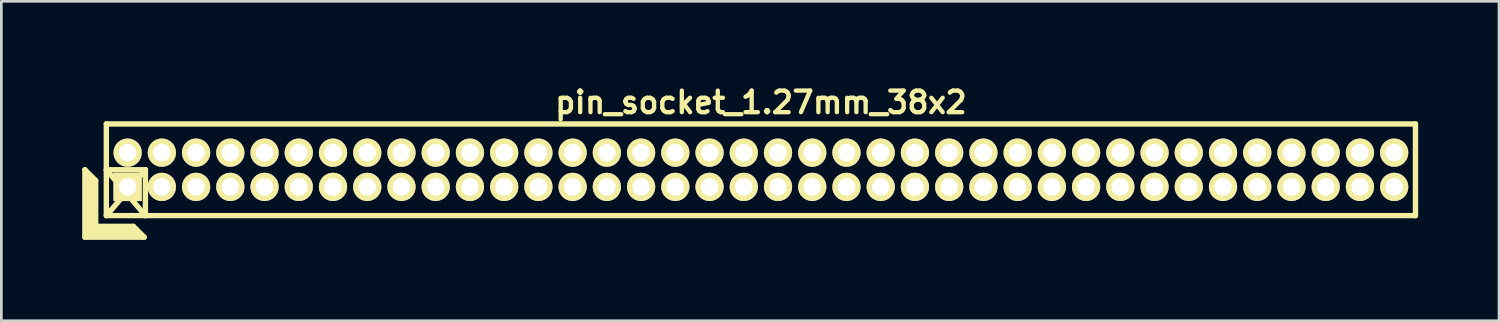
<source format=kicad_pcb>
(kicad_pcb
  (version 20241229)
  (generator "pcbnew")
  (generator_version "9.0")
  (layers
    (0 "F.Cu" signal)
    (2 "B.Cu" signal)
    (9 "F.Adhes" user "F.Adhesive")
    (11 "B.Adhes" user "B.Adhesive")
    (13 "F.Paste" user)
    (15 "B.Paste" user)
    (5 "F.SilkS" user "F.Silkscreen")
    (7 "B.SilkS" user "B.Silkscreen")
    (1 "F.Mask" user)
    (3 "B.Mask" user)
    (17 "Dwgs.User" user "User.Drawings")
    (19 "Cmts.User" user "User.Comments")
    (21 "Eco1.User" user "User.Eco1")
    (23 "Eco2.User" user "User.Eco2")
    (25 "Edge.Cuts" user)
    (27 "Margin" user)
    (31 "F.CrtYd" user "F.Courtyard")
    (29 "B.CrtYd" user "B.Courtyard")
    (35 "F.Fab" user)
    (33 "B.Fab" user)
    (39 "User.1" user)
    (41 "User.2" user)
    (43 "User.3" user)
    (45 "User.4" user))
  (footprint "pin_socket_1.27mm_38x2"
    (layer "F.Cu")
    (at 25.18 3.249)
    (property "Reference" "pin_socket_1.27mm_38x2" (at 0 -2.5 0) (layer "F.SilkS") (effects (font (size 0.8 0.8) (thickness 0.16))))
    (attr through_hole)
    (fp_line (start -25.08 0) (end -25.08 2.5) (stroke (width 0.2) (type solid)) (layer "F.SilkS"))
    (fp_line (start -25.08 0) (end -24.68 0.4) (stroke (width 0.2) (type solid)) (layer "F.SilkS"))
    (fp_line (start -25.08 2.5) (end -22.88 2.5) (stroke (width 0.2) (type solid)) (layer "F.SilkS"))
    (fp_line (start -24.98 2.4) (end -24.98 0.2) (stroke (width 0.2) (type solid)) (layer "F.SilkS"))
    (fp_line (start -24.98 2.4) (end -23.08 2.4) (stroke (width 0.2) (type solid)) (layer "F.SilkS"))
    (fp_line (start -24.88 2.3) (end -24.88 0.3) (stroke (width 0.2) (type solid)) (layer "F.SilkS"))
    (fp_line (start -24.88 2.3) (end -23.18 2.3) (stroke (width 0.2) (type solid)) (layer "F.SilkS"))
    (fp_line (start -24.78 2.2) (end -24.78 0.4) (stroke (width 0.2) (type solid)) (layer "F.SilkS"))
    (fp_line (start -24.78 2.2) (end -23.28 2.2) (stroke (width 0.2) (type solid)) (layer "F.SilkS"))
    (fp_line (start -24.68 2.1) (end -24.68 0.4) (stroke (width 0.2) (type solid)) (layer "F.SilkS"))
    (fp_line (start -24.68 2.1) (end -23.28 2.1) (stroke (width 0.2) (type solid)) (layer "F.SilkS"))
    (fp_line (start -24.285 -1.7) (end 24.285 -1.7) (stroke (width 0.2) (type solid)) (layer "F.SilkS"))
    (fp_line (start -24.285 0) (end -22.835 0) (stroke (width 0.2) (type solid)) (layer "F.SilkS"))
    (fp_line (start -24.285 0) (end -22.835 1.7) (stroke (width 0.2) (type solid)) (layer "F.SilkS"))
    (fp_line (start -24.285 1.7) (end -24.285 -1.7) (stroke (width 0.2) (type solid)) (layer "F.SilkS"))
    (fp_line (start -23.28 2.1) (end -22.88 2.5) (stroke (width 0.2) (type solid)) (layer "F.SilkS"))
    (fp_line (start -22.835 0) (end -24.28 1.7) (stroke (width 0.2) (type solid)) (layer "F.SilkS"))
    (fp_line (start -22.835 0) (end -22.835 1.7) (stroke (width 0.2) (type solid)) (layer "F.SilkS"))
    (fp_line (start 24.285 -1.7) (end 24.285 1.7) (stroke (width 0.2) (type solid)) (layer "F.SilkS"))
    (fp_line (start 24.285 1.7) (end -24.285 1.7) (stroke (width 0.2) (type solid)) (layer "F.SilkS"))
    (pad "1" thru_hole rect (at -23.495 0.635) (size 1.05 1.05) (drill 0.65) (layers "*.Cu" "*.Mask" "F.SilkS"))
    (pad "2" thru_hole oval (at -23.495 -0.635) (size 1.05 1.05) (drill 0.65) (layers "*.Cu" "*.Mask" "F.SilkS"))
    (pad "3" thru_hole oval (at -22.225 0.635) (size 1.05 1.05) (drill 0.65) (layers "*.Cu" "*.Mask" "F.SilkS"))
    (pad "4" thru_hole oval (at -22.225 -0.635) (size 1.05 1.05) (drill 0.65) (layers "*.Cu" "*.Mask" "F.SilkS"))
    (pad "5" thru_hole oval (at -20.955 0.635) (size 1.05 1.05) (drill 0.65) (layers "*.Cu" "*.Mask" "F.SilkS"))
    (pad "6" thru_hole oval (at -20.955 -0.635) (size 1.05 1.05) (drill 0.65) (layers "*.Cu" "*.Mask" "F.SilkS"))
    (pad "7" thru_hole oval (at -19.685 0.635) (size 1.05 1.05) (drill 0.65) (layers "*.Cu" "*.Mask" "F.SilkS"))
    (pad "8" thru_hole oval (at -19.685 -0.635) (size 1.05 1.05) (drill 0.65) (layers "*.Cu" "*.Mask" "F.SilkS"))
    (pad "9" thru_hole oval (at -18.415 0.635) (size 1.05 1.05) (drill 0.65) (layers "*.Cu" "*.Mask" "F.SilkS"))
    (pad "10" thru_hole oval (at -18.415 -0.635) (size 1.05 1.05) (drill 0.65) (layers "*.Cu" "*.Mask" "F.SilkS"))
    (pad "11" thru_hole oval (at -17.145 0.635) (size 1.05 1.05) (drill 0.65) (layers "*.Cu" "*.Mask" "F.SilkS"))
    (pad "12" thru_hole oval (at -17.145 -0.635) (size 1.05 1.05) (drill 0.65) (layers "*.Cu" "*.Mask" "F.SilkS"))
    (pad "13" thru_hole oval (at -15.875 0.635) (size 1.05 1.05) (drill 0.65) (layers "*.Cu" "*.Mask" "F.SilkS"))
    (pad "14" thru_hole oval (at -15.875 -0.635) (size 1.05 1.05) (drill 0.65) (layers "*.Cu" "*.Mask" "F.SilkS"))
    (pad "15" thru_hole oval (at -14.605 0.635) (size 1.05 1.05) (drill 0.65) (layers "*.Cu" "*.Mask" "F.SilkS"))
    (pad "16" thru_hole oval (at -14.605 -0.635) (size 1.05 1.05) (drill 0.65) (layers "*.Cu" "*.Mask" "F.SilkS"))
    (pad "17" thru_hole oval (at -13.335 0.635) (size 1.05 1.05) (drill 0.65) (layers "*.Cu" "*.Mask" "F.SilkS"))
    (pad "18" thru_hole oval (at -13.335 -0.635) (size 1.05 1.05) (drill 0.65) (layers "*.Cu" "*.Mask" "F.SilkS"))
    (pad "19" thru_hole oval (at -12.065 0.635) (size 1.05 1.05) (drill 0.65) (layers "*.Cu" "*.Mask" "F.SilkS"))
    (pad "20" thru_hole oval (at -12.065 -0.635) (size 1.05 1.05) (drill 0.65) (layers "*.Cu" "*.Mask" "F.SilkS"))
    (pad "21" thru_hole oval (at -10.795 0.635) (size 1.05 1.05) (drill 0.65) (layers "*.Cu" "*.Mask" "F.SilkS"))
    (pad "22" thru_hole oval (at -10.795 -0.635) (size 1.05 1.05) (drill 0.65) (layers "*.Cu" "*.Mask" "F.SilkS"))
    (pad "23" thru_hole oval (at -9.525 0.635) (size 1.05 1.05) (drill 0.65) (layers "*.Cu" "*.Mask" "F.SilkS"))
    (pad "24" thru_hole oval (at -9.525 -0.635) (size 1.05 1.05) (drill 0.65) (layers "*.Cu" "*.Mask" "F.SilkS"))
    (pad "25" thru_hole oval (at -8.255 0.635) (size 1.05 1.05) (drill 0.65) (layers "*.Cu" "*.Mask" "F.SilkS"))
    (pad "26" thru_hole oval (at -8.255 -0.635) (size 1.05 1.05) (drill 0.65) (layers "*.Cu" "*.Mask" "F.SilkS"))
    (pad "27" thru_hole oval (at -6.985 0.635) (size 1.05 1.05) (drill 0.65) (layers "*.Cu" "*.Mask" "F.SilkS"))
    (pad "28" thru_hole oval (at -6.985 -0.635) (size 1.05 1.05) (drill 0.65) (layers "*.Cu" "*.Mask" "F.SilkS"))
    (pad "29" thru_hole oval (at -5.715 0.635) (size 1.05 1.05) (drill 0.65) (layers "*.Cu" "*.Mask" "F.SilkS"))
    (pad "30" thru_hole oval (at -5.715 -0.635) (size 1.05 1.05) (drill 0.65) (layers "*.Cu" "*.Mask" "F.SilkS"))
    (pad "31" thru_hole oval (at -4.445 0.635) (size 1.05 1.05) (drill 0.65) (layers "*.Cu" "*.Mask" "F.SilkS"))
    (pad "32" thru_hole oval (at -4.445 -0.635) (size 1.05 1.05) (drill 0.65) (layers "*.Cu" "*.Mask" "F.SilkS"))
    (pad "33" thru_hole oval (at -3.175 0.635) (size 1.05 1.05) (drill 0.65) (layers "*.Cu" "*.Mask" "F.SilkS"))
    (pad "34" thru_hole oval (at -3.175 -0.635) (size 1.05 1.05) (drill 0.65) (layers "*.Cu" "*.Mask" "F.SilkS"))
    (pad "35" thru_hole oval (at -1.905 0.635) (size 1.05 1.05) (drill 0.65) (layers "*.Cu" "*.Mask" "F.SilkS"))
    (pad "36" thru_hole oval (at -1.905 -0.635) (size 1.05 1.05) (drill 0.65) (layers "*.Cu" "*.Mask" "F.SilkS"))
    (pad "37" thru_hole oval (at -0.635 0.635) (size 1.05 1.05) (drill 0.65) (layers "*.Cu" "*.Mask" "F.SilkS"))
    (pad "38" thru_hole oval (at -0.635 -0.635) (size 1.05 1.05) (drill 0.65) (layers "*.Cu" "*.Mask" "F.SilkS"))
    (pad "39" thru_hole oval (at 0.635 0.635) (size 1.05 1.05) (drill 0.65) (layers "*.Cu" "*.Mask" "F.SilkS"))
    (pad "40" thru_hole oval (at 0.635 -0.635) (size 1.05 1.05) (drill 0.65) (layers "*.Cu" "*.Mask" "F.SilkS"))
    (pad "41" thru_hole oval (at 1.905 0.635) (size 1.05 1.05) (drill 0.65) (layers "*.Cu" "*.Mask" "F.SilkS"))
    (pad "42" thru_hole oval (at 1.905 -0.635) (size 1.05 1.05) (drill 0.65) (layers "*.Cu" "*.Mask" "F.SilkS"))
    (pad "43" thru_hole oval (at 3.175 0.635) (size 1.05 1.05) (drill 0.65) (layers "*.Cu" "*.Mask" "F.SilkS"))
    (pad "44" thru_hole oval (at 3.175 -0.635) (size 1.05 1.05) (drill 0.65) (layers "*.Cu" "*.Mask" "F.SilkS"))
    (pad "45" thru_hole oval (at 4.445 0.635) (size 1.05 1.05) (drill 0.65) (layers "*.Cu" "*.Mask" "F.SilkS"))
    (pad "46" thru_hole oval (at 4.445 -0.635) (size 1.05 1.05) (drill 0.65) (layers "*.Cu" "*.Mask" "F.SilkS"))
    (pad "47" thru_hole oval (at 5.715 0.635) (size 1.05 1.05) (drill 0.65) (layers "*.Cu" "*.Mask" "F.SilkS"))
    (pad "48" thru_hole oval (at 5.715 -0.635) (size 1.05 1.05) (drill 0.65) (layers "*.Cu" "*.Mask" "F.SilkS"))
    (pad "49" thru_hole oval (at 6.985 0.635) (size 1.05 1.05) (drill 0.65) (layers "*.Cu" "*.Mask" "F.SilkS"))
    (pad "50" thru_hole oval (at 6.985 -0.635) (size 1.05 1.05) (drill 0.65) (layers "*.Cu" "*.Mask" "F.SilkS"))
    (pad "51" thru_hole circle (at 8.255 0.635) (size 1.05 1.05) (drill 0.65) (layers "*.Cu" "*.Mask" "F.SilkS"))
    (pad "52" thru_hole oval (at 8.255 -0.635) (size 1.05 1.05) (drill 0.65) (layers "*.Cu" "*.Mask" "F.SilkS"))
    (pad "53" thru_hole oval (at 9.525 0.635) (size 1.05 1.05) (drill 0.65) (layers "*.Cu" "*.Mask" "F.SilkS"))
    (pad "54" thru_hole oval (at 9.525 -0.635) (size 1.05 1.05) (drill 0.65) (layers "*.Cu" "*.Mask" "F.SilkS"))
    (pad "55" thru_hole oval (at 10.795 0.635) (size 1.05 1.05) (drill 0.65) (layers "*.Cu" "*.Mask" "F.SilkS"))
    (pad "56" thru_hole oval (at 10.795 -0.635) (size 1.05 1.05) (drill 0.65) (layers "*.Cu" "*.Mask" "F.SilkS"))
    (pad "57" thru_hole oval (at 12.065 0.635) (size 1.05 1.05) (drill 0.65) (layers "*.Cu" "*.Mask" "F.SilkS"))
    (pad "58" thru_hole oval (at 12.065 -0.635) (size 1.05 1.05) (drill 0.65) (layers "*.Cu" "*.Mask" "F.SilkS"))
    (pad "59" thru_hole oval (at 13.335 0.635) (size 1.05 1.05) (drill 0.65) (layers "*.Cu" "*.Mask" "F.SilkS"))
    (pad "60" thru_hole oval (at 13.335 -0.635) (size 1.05 1.05) (drill 0.65) (layers "*.Cu" "*.Mask" "F.SilkS"))
    (pad "61" thru_hole oval (at 14.605 0.635) (size 1.05 1.05) (drill 0.65) (layers "*.Cu" "*.Mask" "F.SilkS"))
    (pad "62" thru_hole oval (at 14.605 -0.635) (size 1.05 1.05) (drill 0.65) (layers "*.Cu" "*.Mask" "F.SilkS"))
    (pad "63" thru_hole oval (at 15.875 0.635) (size 1.05 1.05) (drill 0.65) (layers "*.Cu" "*.Mask" "F.SilkS"))
    (pad "64" thru_hole oval (at 15.875 -0.635) (size 1.05 1.05) (drill 0.65) (layers "*.Cu" "*.Mask" "F.SilkS"))
    (pad "65" thru_hole oval (at 17.145 0.635) (size 1.05 1.05) (drill 0.65) (layers "*.Cu" "*.Mask" "F.SilkS"))
    (pad "66" thru_hole oval (at 17.145 -0.635) (size 1.05 1.05) (drill 0.65) (layers "*.Cu" "*.Mask" "F.SilkS"))
    (pad "67" thru_hole oval (at 18.415 0.635) (size 1.05 1.05) (drill 0.65) (layers "*.Cu" "*.Mask" "F.SilkS"))
    (pad "68" thru_hole oval (at 18.415 -0.635) (size 1.05 1.05) (drill 0.65) (layers "*.Cu" "*.Mask" "F.SilkS"))
    (pad "69" thru_hole oval (at 19.685 0.635) (size 1.05 1.05) (drill 0.65) (layers "*.Cu" "*.Mask" "F.SilkS"))
    (pad "70" thru_hole oval (at 19.685 -0.635) (size 1.05 1.05) (drill 0.65) (layers "*.Cu" "*.Mask" "F.SilkS"))
    (pad "71" thru_hole oval (at 20.955 0.635) (size 1.05 1.05) (drill 0.65) (layers "*.Cu" "*.Mask" "F.SilkS"))
    (pad "72" thru_hole oval (at 20.955 -0.635) (size 1.05 1.05) (drill 0.65) (layers "*.Cu" "*.Mask" "F.SilkS"))
    (pad "73" thru_hole oval (at 22.225 0.635) (size 1.05 1.05) (drill 0.65) (layers "*.Cu" "*.Mask" "F.SilkS"))
    (pad "74" thru_hole oval (at 22.225 -0.635) (size 1.05 1.05) (drill 0.65) (layers "*.Cu" "*.Mask" "F.SilkS"))
    (pad "75" thru_hole oval (at 23.495 0.635) (size 1.05 1.05) (drill 0.65) (layers "*.Cu" "*.Mask" "F.SilkS"))
    (pad "76" thru_hole oval (at 23.495 -0.635) (size 1.05 1.05) (drill 0.65) (layers "*.Cu" "*.Mask" "F.SilkS")))
  (gr_rect
    (start -3 -3)
    (end 52.565 8.849)
    (stroke (width 0.1) (type default))
    (fill no)
    (layer "Edge.Cuts")))
</source>
